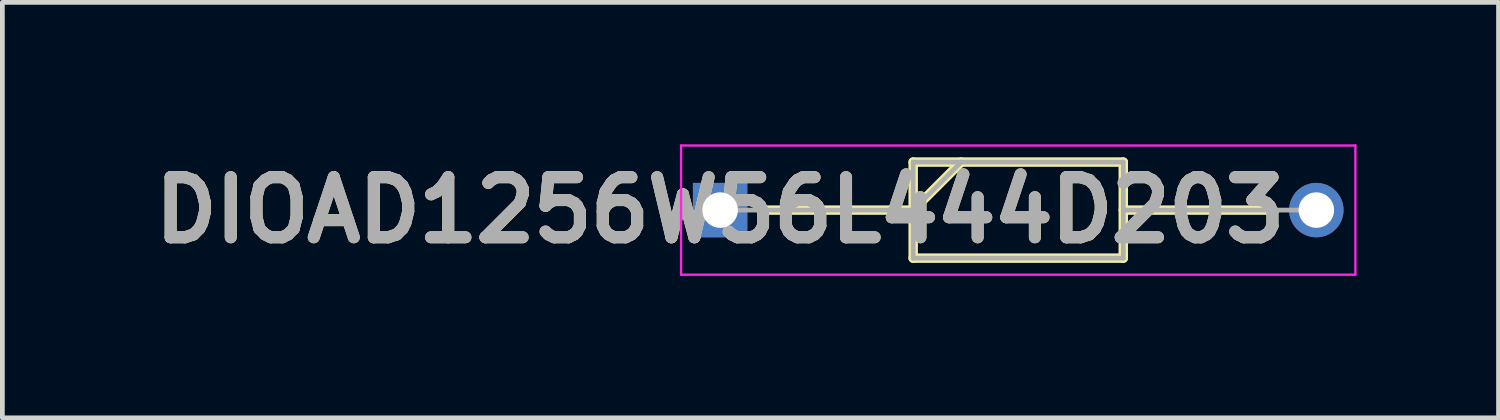
<source format=kicad_pcb>
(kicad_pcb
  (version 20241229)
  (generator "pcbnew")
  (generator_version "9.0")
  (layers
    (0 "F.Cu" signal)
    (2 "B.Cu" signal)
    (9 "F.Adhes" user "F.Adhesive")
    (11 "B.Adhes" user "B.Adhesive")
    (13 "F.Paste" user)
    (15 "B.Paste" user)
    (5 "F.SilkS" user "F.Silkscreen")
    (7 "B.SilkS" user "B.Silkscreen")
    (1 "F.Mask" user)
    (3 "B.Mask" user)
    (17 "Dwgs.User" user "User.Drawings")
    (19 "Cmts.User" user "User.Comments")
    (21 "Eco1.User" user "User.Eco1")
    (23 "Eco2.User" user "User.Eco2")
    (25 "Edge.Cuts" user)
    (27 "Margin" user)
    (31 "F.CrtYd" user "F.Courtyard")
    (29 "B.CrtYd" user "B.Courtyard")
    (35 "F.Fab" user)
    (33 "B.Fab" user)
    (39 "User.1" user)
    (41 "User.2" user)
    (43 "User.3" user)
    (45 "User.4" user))
  (footprint "DIOAD1256W56L444D203"
    (layer "F.Cu")
    (at 12.168 1.39)
    (property "Reference" "DIOAD1256W56L444D203" (at 0 0 0) (layer "F.SilkS") (effects (font (size 1.27 1.27) (thickness 0.254))))
    (attr through_hole)
    (fp_line (start 0.925 0) (end 4.08 0) (stroke (width 0.2) (type solid)) (layer "F.SilkS"))
    (fp_line (start 4.08 -1.015) (end 8.52 -1.015) (stroke (width 0.2) (type solid)) (layer "F.SilkS"))
    (fp_line (start 4.08 0) (end 5.095 -1.015) (stroke (width 0.2) (type solid)) (layer "F.SilkS"))
    (fp_line (start 4.08 1.015) (end 4.08 -1.015) (stroke (width 0.2) (type solid)) (layer "F.SilkS"))
    (fp_line (start 8.52 -1.015) (end 8.52 1.015) (stroke (width 0.2) (type solid)) (layer "F.SilkS"))
    (fp_line (start 8.52 0) (end 11.675 0) (stroke (width 0.2) (type solid)) (layer "F.SilkS"))
    (fp_line (start 8.52 1.015) (end 4.08 1.015) (stroke (width 0.2) (type solid)) (layer "F.SilkS"))
    (fp_line (start -0.825 -1.365) (end 13.425 -1.365) (stroke (width 0.05) (type solid)) (layer "F.CrtYd"))
    (fp_line (start -0.825 1.365) (end -0.825 -1.365) (stroke (width 0.05) (type solid)) (layer "F.CrtYd"))
    (fp_line (start 13.425 -1.365) (end 13.425 1.365) (stroke (width 0.05) (type solid)) (layer "F.CrtYd"))
    (fp_line (start 13.425 1.365) (end -0.825 1.365) (stroke (width 0.05) (type solid)) (layer "F.CrtYd"))
    (fp_line (start 0 0) (end 4.08 0) (stroke (width 0.1) (type solid)) (layer "F.Fab"))
    (fp_line (start 4.08 -1.015) (end 8.52 -1.015) (stroke (width 0.1) (type solid)) (layer "F.Fab"))
    (fp_line (start 4.08 0) (end 5.095 -1.015) (stroke (width 0.1) (type solid)) (layer "F.Fab"))
    (fp_line (start 4.08 1.015) (end 4.08 -1.015) (stroke (width 0.1) (type solid)) (layer "F.Fab"))
    (fp_line (start 8.52 -1.015) (end 8.52 1.015) (stroke (width 0.1) (type solid)) (layer "F.Fab"))
    (fp_line (start 8.52 0) (end 12.6 0) (stroke (width 0.1) (type solid)) (layer "F.Fab"))
    (fp_line (start 8.52 1.015) (end 4.08 1.015) (stroke (width 0.1) (type solid)) (layer "F.Fab"))
    (fp_text user "${REFERENCE}" (at 0 0 0) (layer "F.Fab") (effects (font (size 1.27 1.27) (thickness 0.254))))
    (pad "1" thru_hole rect (at 0 0) (size 1.15 1.15) (drill 0.75) (layers "*.Cu" "*.Mask"))
    (pad "2" thru_hole circle (at 12.6 0) (size 1.15 1.15) (drill 0.75) (layers "*.Cu" "*.Mask")))
  (gr_rect
    (start -3 -3)
    (end 28.618 5.78)
    (stroke (width 0.1) (type default))
    (fill no)
    (layer "Edge.Cuts")))
</source>
